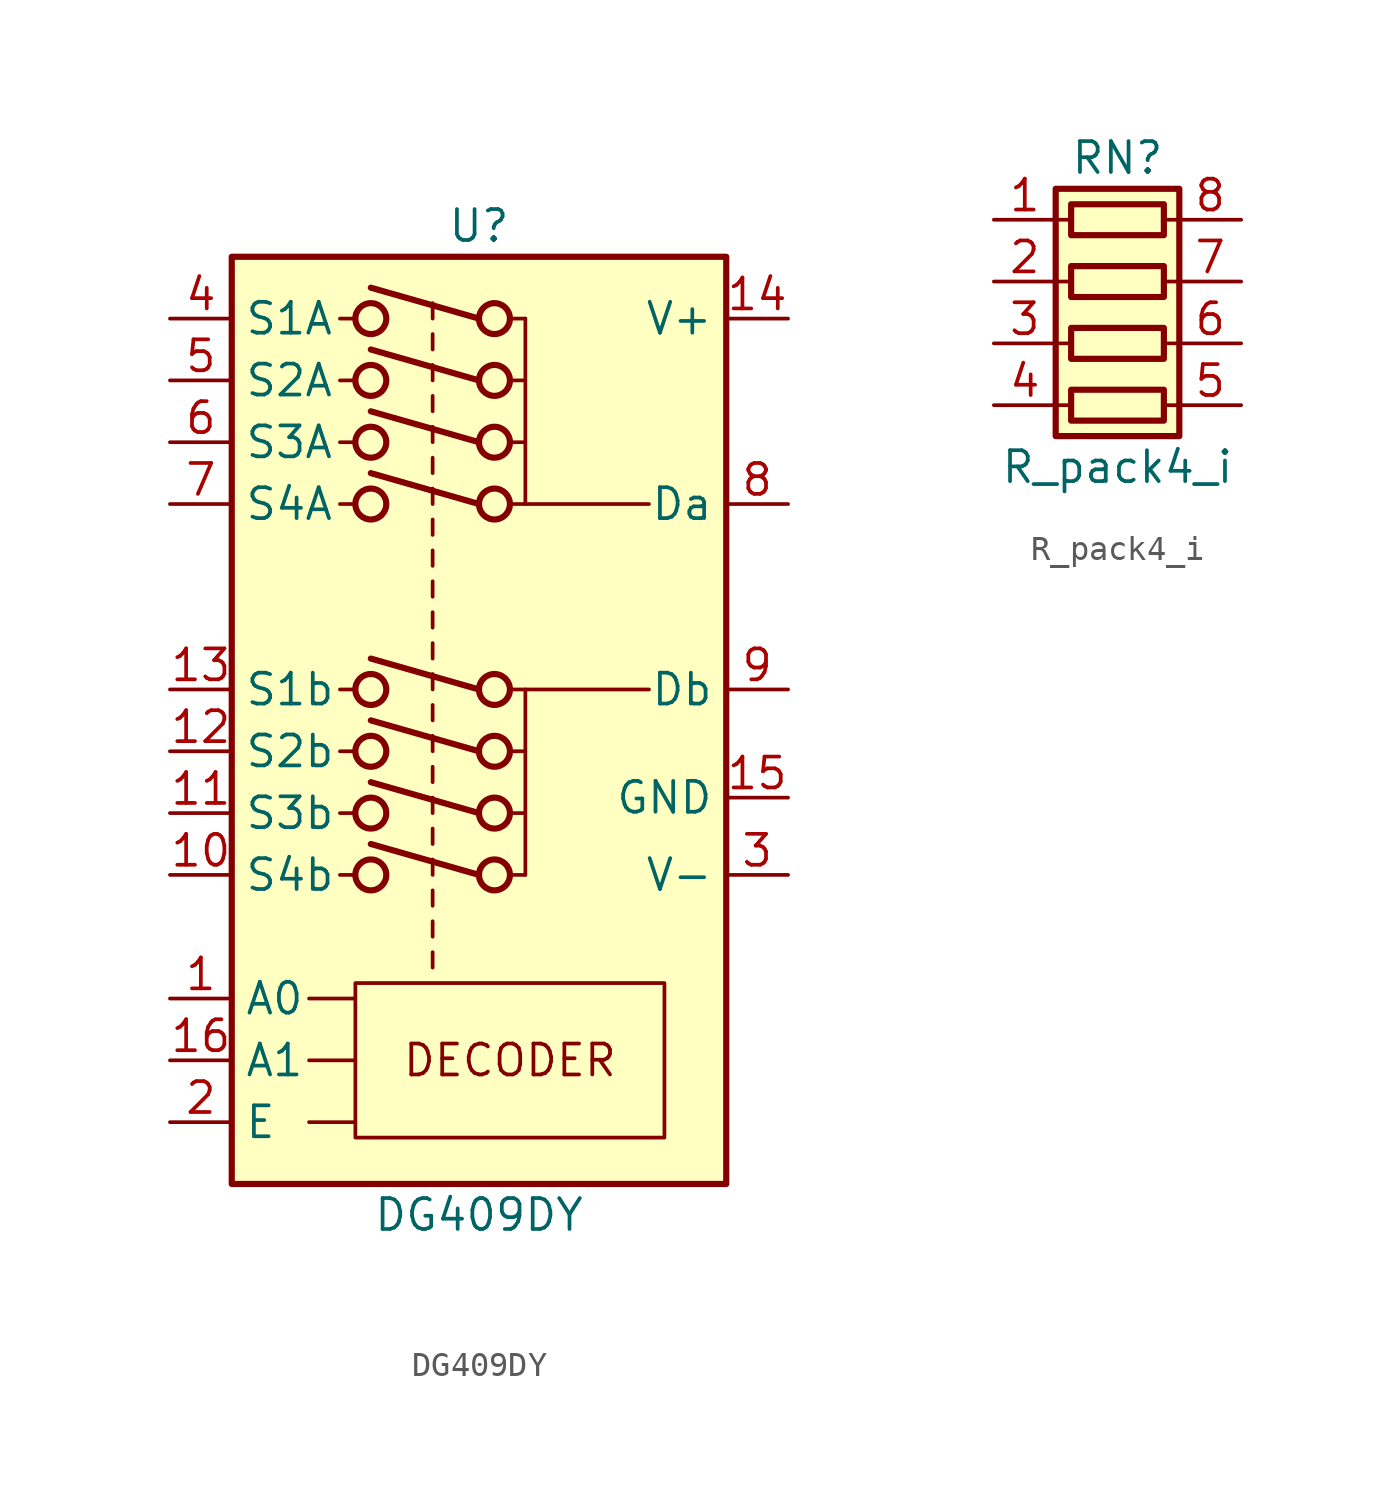
<source format=kicad_sym>
(kicad_symbol_lib
  (version 20211014)
  (generator kicad_symbol_editor)
  (symbol "DG409DY"
    (property "Reference" "U"
      (at 0 19.05 0)
      (effects (font (size 1.27 1.27))))
    (property "Value" "DG409DY"
      (at 0 -21.59 0)
      (effects (font (size 1.27 1.27))))
    (symbol "DG409DY_0_0"
      (text "DECODER" (at 1.27 -15.24 0) (effects (font (size 1.27 1.27)))))
    (symbol "DG409DY_0_1"
      (rectangle (start -10.16 17.78) (end 10.16 -20.32) (stroke (width 0.254) (type default) (color 0 0 0 0)) (fill (type background)))
      (circle (center -4.445 -7.62) (radius 0.635) (stroke (width 0.254) (type default) (color 0 0 0 0)) (fill (type none)))
      (circle (center -4.445 -5.08) (radius 0.635) (stroke (width 0.254) (type default) (color 0 0 0 0)) (fill (type none)))
      (circle (center -4.445 -2.54) (radius 0.635) (stroke (width 0.254) (type default) (color 0 0 0 0)) (fill (type none)))
      (circle (center -4.445 0) (radius 0.635) (stroke (width 0.254) (type default) (color 0 0 0 0)) (fill (type none)))
      (circle (center -4.445 7.62) (radius 0.635) (stroke (width 0.254) (type default) (color 0 0 0 0)) (fill (type none)))
      (circle (center -4.445 10.16) (radius 0.635) (stroke (width 0.254) (type default) (color 0 0 0 0)) (fill (type none)))
      (circle (center -4.445 12.7) (radius 0.635) (stroke (width 0.254) (type default) (color 0 0 0 0)) (fill (type none)))
      (circle (center -4.445 15.24) (radius 0.635) (stroke (width 0.254) (type default) (color 0 0 0 0)) (fill (type none)))
      (polyline (pts (xy -6.985 -17.78) (xy -5.08 -17.78)) (stroke (width 0) (type default) (color 0 0 0 0)) (fill (type none)))
      (polyline (pts (xy -6.985 -15.24) (xy -5.08 -15.24)) (stroke (width 0) (type default) (color 0 0 0 0)) (fill (type none)))
      (polyline (pts (xy -6.985 -12.7) (xy -5.08 -12.7)) (stroke (width 0) (type default) (color 0 0 0 0)) (fill (type none)))
      (polyline (pts (xy -5.715 -7.62) (xy -5.08 -7.62)) (stroke (width 0) (type default) (color 0 0 0 0)) (fill (type none)))
      (polyline (pts (xy -5.715 -5.08) (xy -5.08 -5.08)) (stroke (width 0) (type default) (color 0 0 0 0)) (fill (type none)))
      (polyline (pts (xy -5.715 -2.54) (xy -5.08 -2.54)) (stroke (width 0) (type default) (color 0 0 0 0)) (fill (type none)))
      (polyline (pts (xy -5.715 0) (xy -5.08 0)) (stroke (width 0) (type default) (color 0 0 0 0)) (fill (type none)))
      (polyline (pts (xy -5.715 7.62) (xy -5.08 7.62)) (stroke (width 0) (type default) (color 0 0 0 0)) (fill (type none)))
      (polyline (pts (xy -5.715 10.16) (xy -5.08 10.16)) (stroke (width 0) (type default) (color 0 0 0 0)) (fill (type none)))
      (polyline (pts (xy -5.715 12.7) (xy -5.08 12.7)) (stroke (width 0) (type default) (color 0 0 0 0)) (fill (type none)))
      (polyline (pts (xy -5.715 15.24) (xy -5.08 15.24)) (stroke (width 0) (type default) (color 0 0 0 0)) (fill (type none)))
      (polyline (pts (xy -4.445 8.89) (xy 0 7.62)) (stroke (width 0.254) (type default) (color 0 0 0 0)) (fill (type none)))
      (polyline (pts (xy -4.445 11.43) (xy 0 10.16)) (stroke (width 0.254) (type default) (color 0 0 0 0)) (fill (type none)))
      (polyline (pts (xy -4.445 13.97) (xy 0 12.7)) (stroke (width 0.254) (type default) (color 0 0 0 0)) (fill (type none)))
      (polyline (pts (xy -4.445 16.51) (xy 0 15.24)) (stroke (width 0.254) (type default) (color 0 0 0 0)) (fill (type none)))
      (polyline (pts (xy -1.905 -10.795) (xy -1.905 -11.43)) (stroke (width 0) (type default) (color 0 0 0 0)) (fill (type none)))
      (polyline (pts (xy -1.905 -9.525) (xy -1.905 -10.16)) (stroke (width 0) (type default) (color 0 0 0 0)) (fill (type none)))
      (polyline (pts (xy -1.905 -8.255) (xy -1.905 -8.89)) (stroke (width 0) (type default) (color 0 0 0 0)) (fill (type none)))
      (polyline (pts (xy -1.905 -6.985) (xy -1.905 -7.62)) (stroke (width 0) (type default) (color 0 0 0 0)) (fill (type none)))
      (polyline (pts (xy -1.905 -5.715) (xy -1.905 -6.35)) (stroke (width 0) (type default) (color 0 0 0 0)) (fill (type none)))
      (polyline (pts (xy -1.905 -4.445) (xy -1.905 -5.08)) (stroke (width 0) (type default) (color 0 0 0 0)) (fill (type none)))
      (polyline (pts (xy -1.905 -3.175) (xy -1.905 -3.81)) (stroke (width 0) (type default) (color 0 0 0 0)) (fill (type none)))
      (polyline (pts (xy -1.905 -1.905) (xy -1.905 -2.54)) (stroke (width 0) (type default) (color 0 0 0 0)) (fill (type none)))
      (polyline (pts (xy -1.905 -0.635) (xy -1.905 -1.27)) (stroke (width 0) (type default) (color 0 0 0 0)) (fill (type none)))
      (polyline (pts (xy -1.905 0.635) (xy -1.905 0)) (stroke (width 0) (type default) (color 0 0 0 0)) (fill (type none)))
      (polyline (pts (xy -1.905 1.905) (xy -1.905 1.27)) (stroke (width 0) (type default) (color 0 0 0 0)) (fill (type none)))
      (polyline (pts (xy -1.905 3.175) (xy -1.905 2.54)) (stroke (width 0) (type default) (color 0 0 0 0)) (fill (type none)))
      (polyline (pts (xy -1.905 4.445) (xy -1.905 3.81)) (stroke (width 0) (type default) (color 0 0 0 0)) (fill (type none)))
      (polyline (pts (xy -1.905 5.715) (xy -1.905 5.08)) (stroke (width 0) (type default) (color 0 0 0 0)) (fill (type none)))
      (polyline (pts (xy -1.905 6.985) (xy -1.905 6.35)) (stroke (width 0) (type default) (color 0 0 0 0)) (fill (type none)))
      (polyline (pts (xy -1.905 8.255) (xy -1.905 7.62)) (stroke (width 0) (type default) (color 0 0 0 0)) (fill (type none)))
      (polyline (pts (xy -1.905 9.525) (xy -1.905 8.89)) (stroke (width 0) (type default) (color 0 0 0 0)) (fill (type none)))
      (polyline (pts (xy -1.905 10.795) (xy -1.905 10.16)) (stroke (width 0) (type default) (color 0 0 0 0)) (fill (type none)))
      (polyline (pts (xy -1.905 12.065) (xy -1.905 11.43)) (stroke (width 0) (type default) (color 0 0 0 0)) (fill (type none)))
      (polyline (pts (xy -1.905 13.335) (xy -1.905 12.7)) (stroke (width 0) (type default) (color 0 0 0 0)) (fill (type none)))
      (polyline (pts (xy -1.905 14.605) (xy -1.905 13.97)) (stroke (width 0) (type default) (color 0 0 0 0)) (fill (type none)))
      (polyline (pts (xy -1.905 15.875) (xy -1.905 15.24)) (stroke (width 0) (type default) (color 0 0 0 0)) (fill (type none)))
      (polyline (pts (xy 0 -7.62) (xy -4.445 -6.35)) (stroke (width 0.254) (type default) (color 0 0 0 0)) (fill (type none)))
      (polyline (pts (xy 0 -5.08) (xy -4.445 -3.81)) (stroke (width 0.254) (type default) (color 0 0 0 0)) (fill (type none)))
      (polyline (pts (xy 0 -2.54) (xy -4.445 -1.27)) (stroke (width 0.254) (type default) (color 0 0 0 0)) (fill (type none)))
      (polyline (pts (xy 0 0) (xy -4.445 1.27)) (stroke (width 0.254) (type default) (color 0 0 0 0)) (fill (type none)))
      (polyline (pts (xy 1.905 -7.62) (xy 1.27 -7.62)) (stroke (width 0) (type default) (color 0 0 0 0)) (fill (type none)))
      (polyline (pts (xy 1.905 -5.08) (xy 1.27 -5.08)) (stroke (width 0) (type default) (color 0 0 0 0)) (fill (type none)))
      (polyline (pts (xy 1.905 -2.54) (xy 1.27 -2.54)) (stroke (width 0) (type default) (color 0 0 0 0)) (fill (type none)))
      (polyline (pts (xy 1.905 0) (xy 1.905 -7.62)) (stroke (width 0) (type default) (color 0 0 0 0)) (fill (type none)))
      (polyline (pts (xy 1.905 10.16) (xy 1.27 10.16)) (stroke (width 0) (type default) (color 0 0 0 0)) (fill (type none)))
      (polyline (pts (xy 1.905 12.7) (xy 1.27 12.7)) (stroke (width 0) (type default) (color 0 0 0 0)) (fill (type none)))
      (polyline (pts (xy 1.905 15.24) (xy 1.27 15.24)) (stroke (width 0) (type default) (color 0 0 0 0)) (fill (type none)))
      (polyline (pts (xy 1.905 15.24) (xy 1.905 7.62)) (stroke (width 0) (type default) (color 0 0 0 0)) (fill (type none)))
      (polyline (pts (xy 6.985 0) (xy 1.27 0)) (stroke (width 0) (type default) (color 0 0 0 0)) (fill (type none)))
      (polyline (pts (xy 6.985 7.62) (xy 1.27 7.62)) (stroke (width 0) (type default) (color 0 0 0 0)) (fill (type none)))
      (polyline (pts (xy -5.08 -12.065) (xy 7.62 -12.065) (xy 7.62 -18.415) (xy -5.08 -18.415) (xy -5.08 -12.065)) (stroke (width 0) (type default) (color 0 0 0 0)) (fill (type none)))
      (circle (center 0.635 -7.62) (radius 0.635) (stroke (width 0.254) (type default) (color 0 0 0 0)) (fill (type none)))
      (circle (center 0.635 -5.08) (radius 0.635) (stroke (width 0.254) (type default) (color 0 0 0 0)) (fill (type none)))
      (circle (center 0.635 -2.54) (radius 0.635) (stroke (width 0.254) (type default) (color 0 0 0 0)) (fill (type none)))
      (circle (center 0.635 0) (radius 0.635) (stroke (width 0.254) (type default) (color 0 0 0 0)) (fill (type none)))
      (circle (center 0.635 7.62) (radius 0.635) (stroke (width 0.254) (type default) (color 0 0 0 0)) (fill (type none)))
      (circle (center 0.635 10.16) (radius 0.635) (stroke (width 0.254) (type default) (color 0 0 0 0)) (fill (type none)))
      (circle (center 0.635 12.7) (radius 0.635) (stroke (width 0.254) (type default) (color 0 0 0 0)) (fill (type none)))
      (circle (center 0.635 15.24) (radius 0.635) (stroke (width 0.254) (type default) (color 0 0 0 0)) (fill (type none))))
    (symbol "DG409DY_1_1"
      (pin input line (at -12.7 -12.7 0) (length 2.54) (name "A0" (effects (font (size 1.27 1.27)))) (number "1" (effects (font (size 1.27 1.27)))))
      (pin bidirectional line (at -12.7 -7.62 0) (length 2.54) (name "S4b" (effects (font (size 1.27 1.27)))) (number "10" (effects (font (size 1.27 1.27)))))
      (pin bidirectional line (at -12.7 -5.08 0) (length 2.54) (name "S3b" (effects (font (size 1.27 1.27)))) (number "11" (effects (font (size 1.27 1.27)))))
      (pin bidirectional line (at -12.7 -2.54 0) (length 2.54) (name "S2b" (effects (font (size 1.27 1.27)))) (number "12" (effects (font (size 1.27 1.27)))))
      (pin bidirectional line (at -12.7 0 0) (length 2.54) (name "S1b" (effects (font (size 1.27 1.27)))) (number "13" (effects (font (size 1.27 1.27)))))
      (pin power_in line (at 12.7 15.24 180) (length 2.54) (name "V+" (effects (font (size 1.27 1.27)))) (number "14" (effects (font (size 1.27 1.27)))))
      (pin power_in line (at 12.7 -4.445 180) (length 2.54) (name "GND" (effects (font (size 1.27 1.27)))) (number "15" (effects (font (size 1.27 1.27)))))
      (pin input line (at -12.7 -15.24 0) (length 2.54) (name "A1" (effects (font (size 1.27 1.27)))) (number "16" (effects (font (size 1.27 1.27)))))
      (pin input line (at -12.7 -17.78 0) (length 2.54) (name "E" (effects (font (size 1.27 1.27)))) (number "2" (effects (font (size 1.27 1.27)))))
      (pin power_in line (at 12.7 -7.62 180) (length 2.54) (name "V-" (effects (font (size 1.27 1.27)))) (number "3" (effects (font (size 1.27 1.27)))))
      (pin bidirectional line (at -12.7 15.24 0) (length 2.54) (name "S1A" (effects (font (size 1.27 1.27)))) (number "4" (effects (font (size 1.27 1.27)))))
      (pin bidirectional line (at -12.7 12.7 0) (length 2.54) (name "S2A" (effects (font (size 1.27 1.27)))) (number "5" (effects (font (size 1.27 1.27)))))
      (pin bidirectional line (at -12.7 10.16 0) (length 2.54) (name "S3A" (effects (font (size 1.27 1.27)))) (number "6" (effects (font (size 1.27 1.27)))))
      (pin bidirectional line (at -12.7 7.62 0) (length 2.54) (name "S4A" (effects (font (size 1.27 1.27)))) (number "7" (effects (font (size 1.27 1.27)))))
      (pin bidirectional line (at 12.7 7.62 180) (length 2.54) (name "Da" (effects (font (size 1.27 1.27)))) (number "8" (effects (font (size 1.27 1.27)))))
      (pin bidirectional line (at 12.7 0 180) (length 2.54) (name "Db" (effects (font (size 1.27 1.27)))) (number "9" (effects (font (size 1.27 1.27)))))))
  (symbol "R_pack4_i"
    (pin_names hide)
    (property "Reference" "RN"
      (at 0 6.35 0)
      (effects (font (size 1.27 1.27))))
    (property "Value" "R_pack4_i"
      (at 0 -6.35 0)
      (effects (font (size 1.27 1.27))))
    (symbol "R_pack4_i_0_1"
      (rectangle (start -2.54 5.08) (end 2.54 -5.08) (stroke (width 0.254) (type default) (color 0 0 0 0)) (fill (type background)))
      (rectangle (start -1.905 -3.175) (end 1.905 -4.445) (stroke (width 0.254) (type default) (color 0 0 0 0)) (fill (type none)))
      (rectangle (start -1.905 -0.635) (end 1.905 -1.905) (stroke (width 0.254) (type default) (color 0 0 0 0)) (fill (type none)))
      (rectangle (start -1.905 1.905) (end 1.905 0.635) (stroke (width 0.254) (type default) (color 0 0 0 0)) (fill (type none)))
      (rectangle (start -1.905 4.445) (end 1.905 3.175) (stroke (width 0.254) (type default) (color 0 0 0 0)) (fill (type none)))
      (polyline (pts (xy -2.54 -3.81) (xy -2.032 -3.81)) (stroke (width 0) (type default) (color 0 0 0 0)) (fill (type none)))
      (polyline (pts (xy -2.54 -1.27) (xy -2.032 -1.27)) (stroke (width 0) (type default) (color 0 0 0 0)) (fill (type none)))
      (polyline (pts (xy -2.54 1.27) (xy -2.032 1.27)) (stroke (width 0) (type default) (color 0 0 0 0)) (fill (type none)))
      (polyline (pts (xy -2.54 3.81) (xy -2.032 3.81)) (stroke (width 0) (type default) (color 0 0 0 0)) (fill (type none)))
      (polyline (pts (xy 1.905 -3.81) (xy 2.54 -3.81)) (stroke (width 0) (type default) (color 0 0 0 0)) (fill (type none)))
      (polyline (pts (xy 1.905 -1.27) (xy 2.54 -1.27)) (stroke (width 0) (type default) (color 0 0 0 0)) (fill (type none)))
      (polyline (pts (xy 1.905 1.27) (xy 2.54 1.27)) (stroke (width 0) (type default) (color 0 0 0 0)) (fill (type none)))
      (polyline (pts (xy 1.905 3.81) (xy 2.54 3.81)) (stroke (width 0) (type default) (color 0 0 0 0)) (fill (type none))))
    (symbol "R_pack4_i_1_1"
      (pin passive line (at -5.08 3.81 0) (length 2.54) (name "R1.1" (effects (font (size 1.27 1.27)))) (number "1" (effects (font (size 1.27 1.27)))))
      (pin passive line (at -5.08 1.27 0) (length 2.54) (name "R2.1" (effects (font (size 1.27 1.27)))) (number "2" (effects (font (size 1.27 1.27)))))
      (pin passive line (at -5.08 -1.27 0) (length 2.54) (name "R3.1" (effects (font (size 1.27 1.27)))) (number "3" (effects (font (size 1.27 1.27)))))
      (pin passive line (at -5.08 -3.81 0) (length 2.54) (name "R4.1" (effects (font (size 1.27 1.27)))) (number "4" (effects (font (size 1.27 1.27)))))
      (pin passive line (at 5.08 -3.81 180) (length 2.54) (name "R4.2" (effects (font (size 1.27 1.27)))) (number "5" (effects (font (size 1.27 1.27)))))
      (pin passive line (at 5.08 -1.27 180) (length 2.54) (name "R3.2" (effects (font (size 1.27 1.27)))) (number "6" (effects (font (size 1.27 1.27)))))
      (pin passive line (at 5.08 1.27 180) (length 2.54) (name "R2.2" (effects (font (size 1.27 1.27)))) (number "7" (effects (font (size 1.27 1.27)))))
      (pin passive line (at 5.08 3.81 180) (length 2.54) (name "R1.2" (effects (font (size 1.27 1.27)))) (number "8" (effects (font (size 1.27 1.27))))))))
</source>
